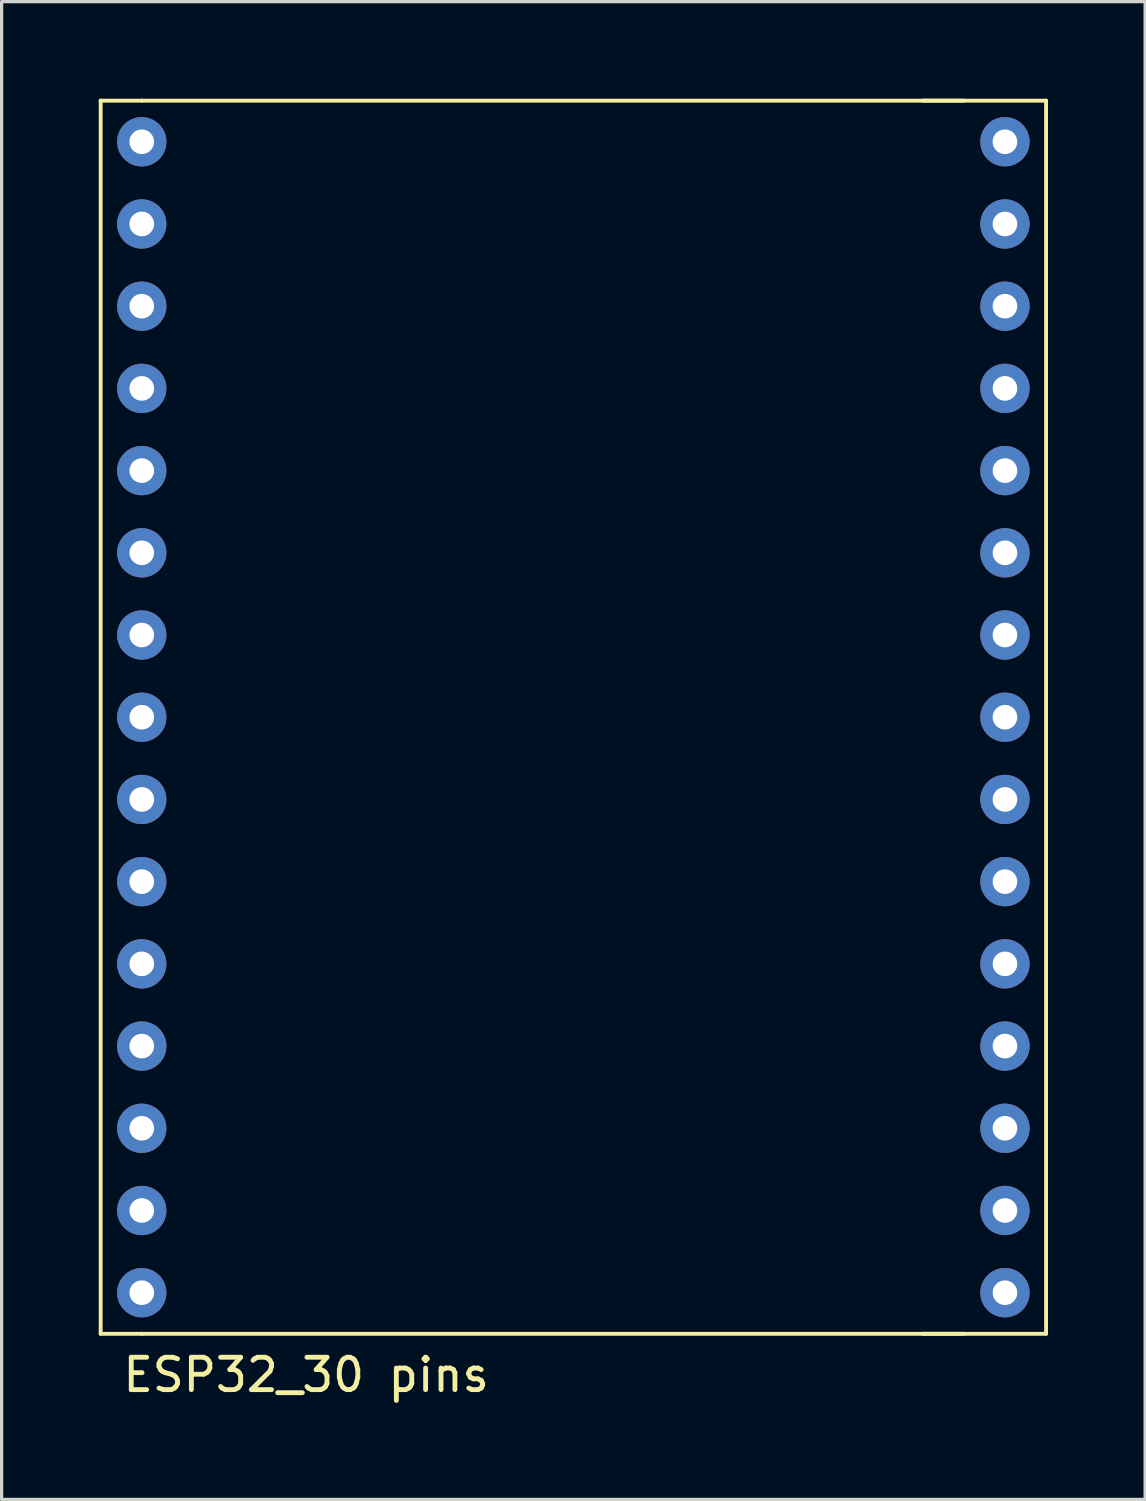
<source format=kicad_pcb>
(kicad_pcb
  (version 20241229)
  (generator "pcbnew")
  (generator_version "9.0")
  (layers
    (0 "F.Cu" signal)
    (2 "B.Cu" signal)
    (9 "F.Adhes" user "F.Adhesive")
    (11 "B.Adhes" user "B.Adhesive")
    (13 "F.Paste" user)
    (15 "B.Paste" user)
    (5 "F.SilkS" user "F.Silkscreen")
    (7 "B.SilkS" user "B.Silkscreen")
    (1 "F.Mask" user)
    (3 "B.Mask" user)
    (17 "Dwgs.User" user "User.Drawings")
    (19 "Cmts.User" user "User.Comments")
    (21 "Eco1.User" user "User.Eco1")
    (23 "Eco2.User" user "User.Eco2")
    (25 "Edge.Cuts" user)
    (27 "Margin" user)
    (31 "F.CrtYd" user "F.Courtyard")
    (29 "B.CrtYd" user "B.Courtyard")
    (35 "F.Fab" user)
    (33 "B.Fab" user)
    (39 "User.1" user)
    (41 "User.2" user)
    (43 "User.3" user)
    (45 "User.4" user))
  (footprint "ESP32_30 pins"
    (layer "F.Cu")
    (at 1.33 36.89)
    (property "Reference" "ESP32_30 pins" (at 5.08 2.54 0) (layer "F.SilkS") (effects (font (size 1 1) (thickness 0.15))))
    (attr through_hole)
    (fp_line (start -1.27 -36.83) (end -1.27 1.27) (stroke (width 0.12) (type solid)) (layer "F.SilkS"))
    (fp_line (start -1.27 1.27) (end 0 1.27) (stroke (width 0.12) (type solid)) (layer "F.SilkS"))
    (fp_line (start 0 -36.83) (end -1.27 -36.83) (stroke (width 0.12) (type solid)) (layer "F.SilkS"))
    (fp_line (start 0 1.27) (end 25.4 1.27) (stroke (width 0.12) (type solid)) (layer "F.SilkS"))
    (fp_line (start 24.13 -36.83) (end 27.94 -36.83) (stroke (width 0.12) (type solid)) (layer "F.SilkS"))
    (fp_line (start 25.4 -36.83) (end 0 -36.83) (stroke (width 0.12) (type solid)) (layer "F.SilkS"))
    (fp_line (start 27.94 1.27) (end 24.13 1.27) (stroke (width 0.12) (type solid)) (layer "F.SilkS"))
    (fp_line (start 27.94 1.27) (end 27.94 -36.83) (stroke (width 0.12) (type solid)) (layer "F.SilkS"))
    (pad "1" thru_hole circle (at 0 0) (size 1.524 1.524) (drill 0.762) (layers "*.Cu" "*.Mask"))
    (pad "2" thru_hole circle (at 0 -2.54) (size 1.524 1.524) (drill 0.762) (layers "*.Cu" "*.Mask"))
    (pad "3" thru_hole circle (at 26.67 -2.54) (size 1.524 1.524) (drill 0.762) (layers "*.Cu" "*.Mask"))
    (pad "4" thru_hole circle (at 26.67 0) (size 1.524 1.524) (drill 0.762) (layers "*.Cu" "*.Mask"))
    (pad "5" thru_hole circle (at 0 -33.02) (size 1.524 1.524) (drill 0.762) (layers "*.Cu" "*.Mask"))
    (pad "8" thru_hole circle (at 0 -30.48) (size 1.524 1.524) (drill 0.762) (layers "*.Cu" "*.Mask"))
    (pad "9" thru_hole circle (at 0 -35.56) (size 1.524 1.524) (drill 0.762) (layers "*.Cu" "*.Mask"))
    (pad "10" thru_hole circle (at 0 -27.94) (size 1.524 1.524) (drill 0.762) (layers "*.Cu" "*.Mask"))
    (pad "11" thru_hole circle (at 0 -25.4) (size 1.524 1.524) (drill 0.762) (layers "*.Cu" "*.Mask"))
    (pad "12" thru_hole circle (at 0 -22.86) (size 1.524 1.524) (drill 0.762) (layers "*.Cu" "*.Mask"))
    (pad "13" thru_hole circle (at 0 -20.32) (size 1.524 1.524) (drill 0.762) (layers "*.Cu" "*.Mask"))
    (pad "14" thru_hole circle (at 0 -17.78) (size 1.524 1.524) (drill 0.762) (layers "*.Cu" "*.Mask"))
    (pad "15" thru_hole circle (at 0 -15.24) (size 1.524 1.524) (drill 0.762) (layers "*.Cu" "*.Mask"))
    (pad "16" thru_hole circle (at 0 -12.7) (size 1.524 1.524) (drill 0.762) (layers "*.Cu" "*.Mask"))
    (pad "17" thru_hole circle (at 0 -10.16) (size 1.524 1.524) (drill 0.762) (layers "*.Cu" "*.Mask"))
    (pad "18" thru_hole circle (at 0 -7.62) (size 1.524 1.524) (drill 0.762) (layers "*.Cu" "*.Mask"))
    (pad "20" thru_hole circle (at 0 -5.08) (size 1.524 1.524) (drill 0.762) (layers "*.Cu" "*.Mask"))
    (pad "21" thru_hole circle (at 26.67 -5.08) (size 1.524 1.524) (drill 0.762) (layers "*.Cu" "*.Mask"))
    (pad "22" thru_hole circle (at 26.67 -7.62) (size 1.524 1.524) (drill 0.762) (layers "*.Cu" "*.Mask"))
    (pad "24" thru_hole circle (at 26.67 -10.16) (size 1.524 1.524) (drill 0.762) (layers "*.Cu" "*.Mask"))
    (pad "25" thru_hole circle (at 26.67 -12.7) (size 1.524 1.524) (drill 0.762) (layers "*.Cu" "*.Mask"))
    (pad "27" thru_hole circle (at 26.67 -15.24) (size 1.524 1.524) (drill 0.762) (layers "*.Cu" "*.Mask"))
    (pad "34" thru_hole circle (at 26.67 -17.78) (size 1.524 1.524) (drill 0.762) (layers "*.Cu" "*.Mask"))
    (pad "35" thru_hole circle (at 26.67 -20.32) (size 1.524 1.524) (drill 0.762) (layers "*.Cu" "*.Mask"))
    (pad "38" thru_hole circle (at 26.67 -22.86) (size 1.524 1.524) (drill 0.762) (layers "*.Cu" "*.Mask"))
    (pad "39" thru_hole circle (at 26.67 -35.56) (size 1.524 1.524) (drill 0.762) (layers "*.Cu" "*.Mask"))
    (pad "39" thru_hole circle (at 26.67 -33.02) (size 1.524 1.524) (drill 0.762) (layers "*.Cu" "*.Mask"))
    (pad "40" thru_hole circle (at 26.67 -27.94) (size 1.524 1.524) (drill 0.762) (layers "*.Cu" "*.Mask"))
    (pad "41" thru_hole circle (at 26.67 -30.48) (size 1.524 1.524) (drill 0.762) (layers "*.Cu" "*.Mask"))
    (pad "42" thru_hole circle (at 26.67 -25.4) (size 1.524 1.524) (drill 0.762) (layers "*.Cu" "*.Mask")))
  (gr_rect
    (start -3 -3)
    (end 32.33 43.278)
    (stroke (width 0.1) (type default))
    (fill no)
    (layer "Edge.Cuts")))
</source>
